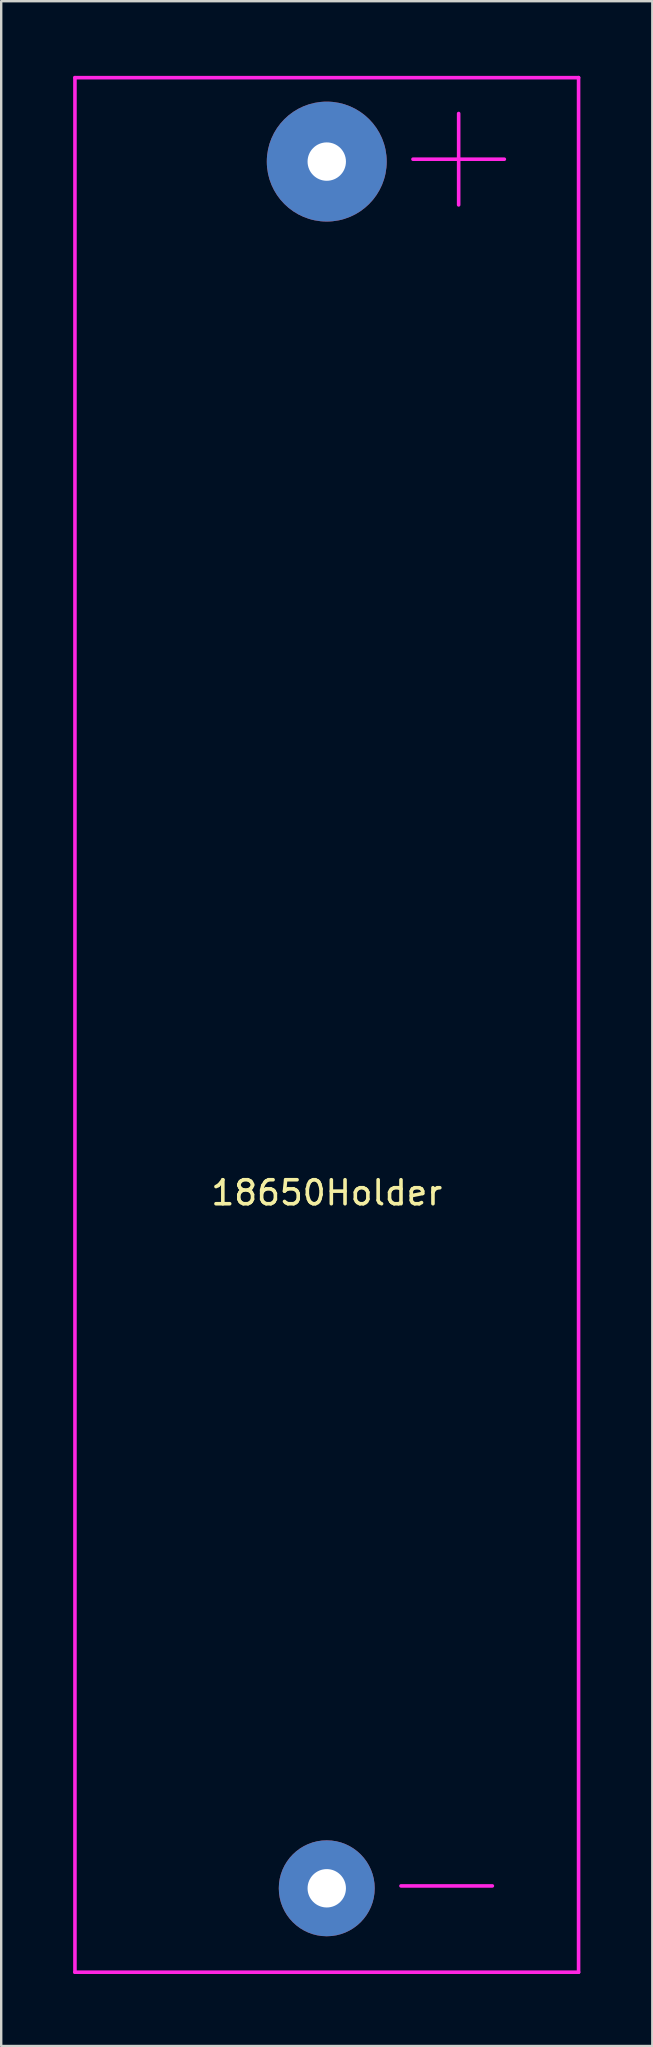
<source format=kicad_pcb>
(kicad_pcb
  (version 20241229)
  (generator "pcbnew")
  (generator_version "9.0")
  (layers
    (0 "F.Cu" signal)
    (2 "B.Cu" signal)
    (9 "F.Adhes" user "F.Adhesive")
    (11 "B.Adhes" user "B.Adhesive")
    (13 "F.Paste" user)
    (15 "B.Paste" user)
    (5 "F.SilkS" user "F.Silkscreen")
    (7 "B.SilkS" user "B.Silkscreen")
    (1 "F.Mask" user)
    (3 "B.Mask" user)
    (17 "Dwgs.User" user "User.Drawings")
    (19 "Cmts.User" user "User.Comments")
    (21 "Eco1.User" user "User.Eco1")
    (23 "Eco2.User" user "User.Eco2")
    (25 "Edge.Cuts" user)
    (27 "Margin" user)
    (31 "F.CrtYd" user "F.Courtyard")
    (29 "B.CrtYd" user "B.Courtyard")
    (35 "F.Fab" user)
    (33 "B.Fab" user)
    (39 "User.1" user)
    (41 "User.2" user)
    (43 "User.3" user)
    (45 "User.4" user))
  (footprint "18650Holder"
    (layer "F.Cu")
    (at 10.575 44.688)
    (property "Reference" "18650Holder" (at 0 2 0) (layer "F.SilkS") (effects (font (size 1 1) (thickness 0.15))))
    (attr through_hole)
    (fp_line (start -10.5 -44.5) (end 10.5 -44.5) (stroke (width 0.15) (type solid)) (layer "F.CrtYd"))
    (fp_line (start -10.5 34.5) (end -10.5 -44.5) (stroke (width 0.15) (type solid)) (layer "F.CrtYd"))
    (fp_line (start 10.5 -44.5) (end 10.5 34.5) (stroke (width 0.15) (type solid)) (layer "F.CrtYd"))
    (fp_line (start 10.5 34.5) (end -10.5 34.5) (stroke (width 0.15) (type solid)) (layer "F.CrtYd"))
    (fp_text user "-" (at 5 30.5 0) (layer "F.CrtYd") (effects (font (size 5 5) (thickness 0.15))))
    (fp_text user "+" (at 5.5 -41.5 0) (layer "F.CrtYd") (effects (font (size 5 5) (thickness 0.15))))
    (pad "1" thru_hole circle (at 0 31) (size 4 4) (drill 1.6) (layers "*.Cu" "*.Mask"))
    (pad "2" thru_hole circle (at 0 -41) (size 5 5) (drill 1.6) (layers "*.Cu" "*.Mask")))
  (gr_rect
    (start -3 -3)
    (end 24.15 82.263)
    (stroke (width 0.1) (type default))
    (fill no)
    (layer "Edge.Cuts")))
</source>
